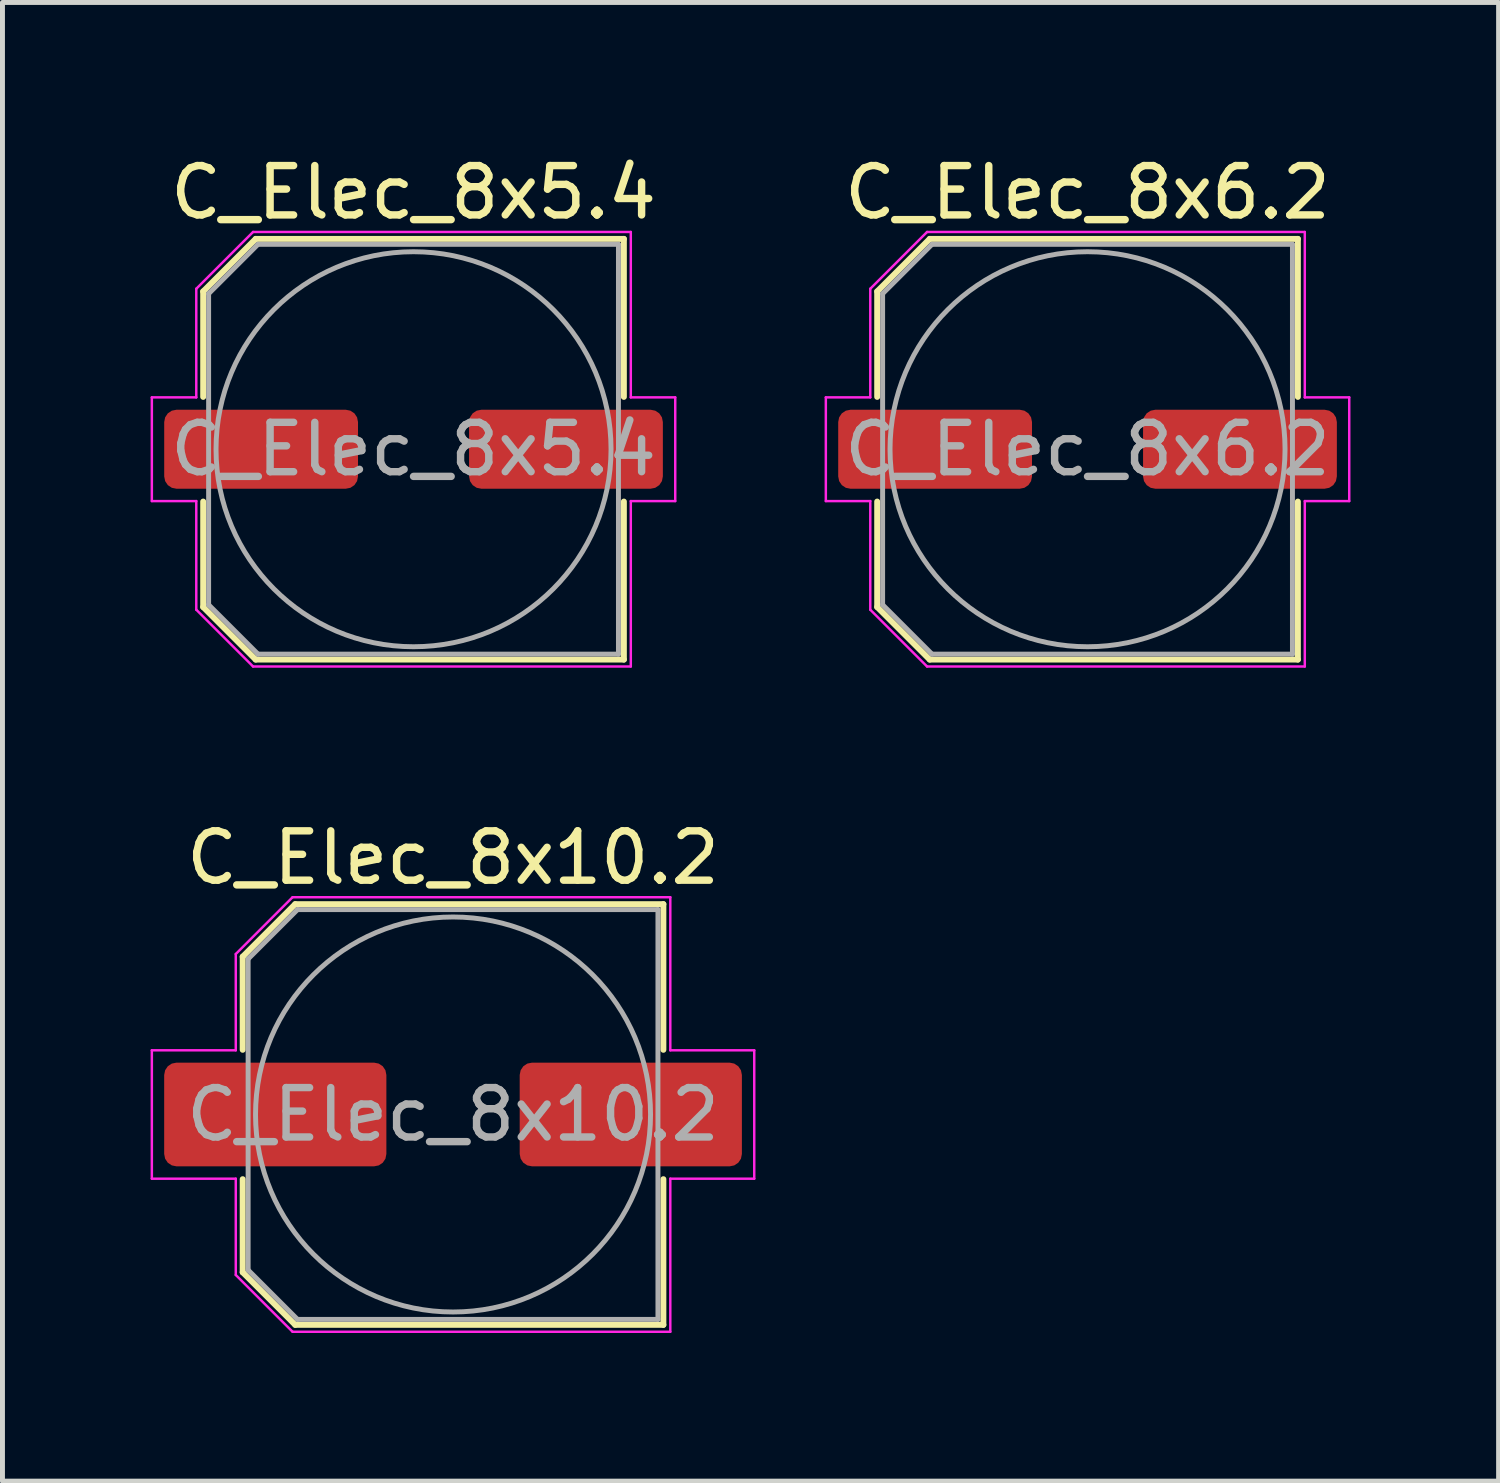
<source format=kicad_pcb>
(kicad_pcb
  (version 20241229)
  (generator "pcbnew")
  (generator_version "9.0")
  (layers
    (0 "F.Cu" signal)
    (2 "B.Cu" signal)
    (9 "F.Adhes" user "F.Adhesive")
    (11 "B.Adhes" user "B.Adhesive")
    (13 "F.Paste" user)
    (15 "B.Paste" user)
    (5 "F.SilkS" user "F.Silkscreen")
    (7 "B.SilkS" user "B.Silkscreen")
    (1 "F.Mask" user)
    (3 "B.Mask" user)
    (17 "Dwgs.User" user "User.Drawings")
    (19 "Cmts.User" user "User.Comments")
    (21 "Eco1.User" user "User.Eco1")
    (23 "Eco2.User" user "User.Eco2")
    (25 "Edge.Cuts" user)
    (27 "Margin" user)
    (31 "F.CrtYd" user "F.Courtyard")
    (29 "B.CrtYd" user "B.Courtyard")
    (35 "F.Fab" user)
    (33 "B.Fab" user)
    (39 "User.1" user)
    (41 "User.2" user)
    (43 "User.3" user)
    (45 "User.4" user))
  (footprint "C_Elec_8x5.4"
    (layer "F.Cu")
    (at 5.325 6.048)
    (property "Reference" "C_Elec_8x5.4" (at 0 -5.2 0) (layer "F.SilkS") (effects (font (size 1 1) (thickness 0.15))))
    (attr smd)
    (fp_line (start -4.26 -3.196) (end -4.26 -1.06) (stroke (width 0.12) (type solid)) (layer "F.SilkS"))
    (fp_line (start -4.26 -3.196) (end -3.196 -4.26) (stroke (width 0.12) (type solid)) (layer "F.SilkS"))
    (fp_line (start -4.26 3.196) (end -4.26 1.06) (stroke (width 0.12) (type solid)) (layer "F.SilkS"))
    (fp_line (start -4.26 3.196) (end -3.196 4.26) (stroke (width 0.12) (type solid)) (layer "F.SilkS"))
    (fp_line (start -3.196 -4.26) (end 4.26 -4.26) (stroke (width 0.12) (type solid)) (layer "F.SilkS"))
    (fp_line (start -3.196 4.26) (end 4.26 4.26) (stroke (width 0.12) (type solid)) (layer "F.SilkS"))
    (fp_line (start 4.26 -4.26) (end 4.26 -1.06) (stroke (width 0.12) (type solid)) (layer "F.SilkS"))
    (fp_line (start 4.26 4.26) (end 4.26 1.06) (stroke (width 0.12) (type solid)) (layer "F.SilkS"))
    (fp_line (start -5.3 -1.05) (end -5.3 1.05) (stroke (width 0.05) (type solid)) (layer "F.CrtYd"))
    (fp_line (start -5.3 1.05) (end -4.4 1.05) (stroke (width 0.05) (type solid)) (layer "F.CrtYd"))
    (fp_line (start -4.4 -3.25) (end -4.4 -1.05) (stroke (width 0.05) (type solid)) (layer "F.CrtYd"))
    (fp_line (start -4.4 -3.25) (end -3.25 -4.4) (stroke (width 0.05) (type solid)) (layer "F.CrtYd"))
    (fp_line (start -4.4 -1.05) (end -5.3 -1.05) (stroke (width 0.05) (type solid)) (layer "F.CrtYd"))
    (fp_line (start -4.4 1.05) (end -4.4 3.25) (stroke (width 0.05) (type solid)) (layer "F.CrtYd"))
    (fp_line (start -4.4 3.25) (end -3.25 4.4) (stroke (width 0.05) (type solid)) (layer "F.CrtYd"))
    (fp_line (start -3.25 -4.4) (end 4.4 -4.4) (stroke (width 0.05) (type solid)) (layer "F.CrtYd"))
    (fp_line (start -3.25 4.4) (end 4.4 4.4) (stroke (width 0.05) (type solid)) (layer "F.CrtYd"))
    (fp_line (start 4.4 -4.4) (end 4.4 -1.05) (stroke (width 0.05) (type solid)) (layer "F.CrtYd"))
    (fp_line (start 4.4 -1.05) (end 5.3 -1.05) (stroke (width 0.05) (type solid)) (layer "F.CrtYd"))
    (fp_line (start 4.4 1.05) (end 4.4 4.4) (stroke (width 0.05) (type solid)) (layer "F.CrtYd"))
    (fp_line (start 5.3 -1.05) (end 5.3 1.05) (stroke (width 0.05) (type solid)) (layer "F.CrtYd"))
    (fp_line (start 5.3 1.05) (end 4.4 1.05) (stroke (width 0.05) (type solid)) (layer "F.CrtYd"))
    (fp_line (start -4.15 -3.15) (end -4.15 3.15) (stroke (width 0.1) (type solid)) (layer "F.Fab"))
    (fp_line (start -4.15 -3.15) (end -3.15 -4.15) (stroke (width 0.1) (type solid)) (layer "F.Fab"))
    (fp_line (start -4.15 3.15) (end -3.15 4.15) (stroke (width 0.1) (type solid)) (layer "F.Fab"))
    (fp_line (start -3.15 -4.15) (end 4.15 -4.15) (stroke (width 0.1) (type solid)) (layer "F.Fab"))
    (fp_line (start -3.15 4.15) (end 4.15 4.15) (stroke (width 0.1) (type solid)) (layer "F.Fab"))
    (fp_line (start 4.15 -4.15) (end 4.15 4.15) (stroke (width 0.1) (type solid)) (layer "F.Fab"))
    (fp_circle (center 0 0) (end 4 0) (stroke (width 0.1) (type solid)) (fill no) (layer "F.Fab"))
    (fp_text user "${REFERENCE}" (at 0 0 0) (layer "F.Fab") (effects (font (size 1 1) (thickness 0.15))))
    (pad "1" smd roundrect (at -3.087 0) (size 3.925 1.6) (layers "F.Cu" "F.Mask" "F.Paste") (roundrect_rratio 0.156))
    (pad "2" smd roundrect (at 3.087 0) (size 3.925 1.6) (layers "F.Cu" "F.Mask" "F.Paste") (roundrect_rratio 0.156)))
  (footprint "C_Elec_8x6.2"
    (layer "F.Cu")
    (at 18.975 6.048)
    (property "Reference" "C_Elec_8x6.2" (at 0 -5.2 0) (layer "F.SilkS") (effects (font (size 1 1) (thickness 0.15))))
    (attr smd)
    (fp_line (start -4.26 -3.196) (end -4.26 -1.06) (stroke (width 0.12) (type solid)) (layer "F.SilkS"))
    (fp_line (start -4.26 -3.196) (end -3.196 -4.26) (stroke (width 0.12) (type solid)) (layer "F.SilkS"))
    (fp_line (start -4.26 3.196) (end -4.26 1.06) (stroke (width 0.12) (type solid)) (layer "F.SilkS"))
    (fp_line (start -4.26 3.196) (end -3.196 4.26) (stroke (width 0.12) (type solid)) (layer "F.SilkS"))
    (fp_line (start -3.196 -4.26) (end 4.26 -4.26) (stroke (width 0.12) (type solid)) (layer "F.SilkS"))
    (fp_line (start -3.196 4.26) (end 4.26 4.26) (stroke (width 0.12) (type solid)) (layer "F.SilkS"))
    (fp_line (start 4.26 -4.26) (end 4.26 -1.06) (stroke (width 0.12) (type solid)) (layer "F.SilkS"))
    (fp_line (start 4.26 4.26) (end 4.26 1.06) (stroke (width 0.12) (type solid)) (layer "F.SilkS"))
    (fp_line (start -5.3 -1.05) (end -5.3 1.05) (stroke (width 0.05) (type solid)) (layer "F.CrtYd"))
    (fp_line (start -5.3 1.05) (end -4.4 1.05) (stroke (width 0.05) (type solid)) (layer "F.CrtYd"))
    (fp_line (start -4.4 -3.25) (end -4.4 -1.05) (stroke (width 0.05) (type solid)) (layer "F.CrtYd"))
    (fp_line (start -4.4 -3.25) (end -3.25 -4.4) (stroke (width 0.05) (type solid)) (layer "F.CrtYd"))
    (fp_line (start -4.4 -1.05) (end -5.3 -1.05) (stroke (width 0.05) (type solid)) (layer "F.CrtYd"))
    (fp_line (start -4.4 1.05) (end -4.4 3.25) (stroke (width 0.05) (type solid)) (layer "F.CrtYd"))
    (fp_line (start -4.4 3.25) (end -3.25 4.4) (stroke (width 0.05) (type solid)) (layer "F.CrtYd"))
    (fp_line (start -3.25 -4.4) (end 4.4 -4.4) (stroke (width 0.05) (type solid)) (layer "F.CrtYd"))
    (fp_line (start -3.25 4.4) (end 4.4 4.4) (stroke (width 0.05) (type solid)) (layer "F.CrtYd"))
    (fp_line (start 4.4 -4.4) (end 4.4 -1.05) (stroke (width 0.05) (type solid)) (layer "F.CrtYd"))
    (fp_line (start 4.4 -1.05) (end 5.3 -1.05) (stroke (width 0.05) (type solid)) (layer "F.CrtYd"))
    (fp_line (start 4.4 1.05) (end 4.4 4.4) (stroke (width 0.05) (type solid)) (layer "F.CrtYd"))
    (fp_line (start 5.3 -1.05) (end 5.3 1.05) (stroke (width 0.05) (type solid)) (layer "F.CrtYd"))
    (fp_line (start 5.3 1.05) (end 4.4 1.05) (stroke (width 0.05) (type solid)) (layer "F.CrtYd"))
    (fp_line (start -4.15 -3.15) (end -4.15 3.15) (stroke (width 0.1) (type solid)) (layer "F.Fab"))
    (fp_line (start -4.15 -3.15) (end -3.15 -4.15) (stroke (width 0.1) (type solid)) (layer "F.Fab"))
    (fp_line (start -4.15 3.15) (end -3.15 4.15) (stroke (width 0.1) (type solid)) (layer "F.Fab"))
    (fp_line (start -3.15 -4.15) (end 4.15 -4.15) (stroke (width 0.1) (type solid)) (layer "F.Fab"))
    (fp_line (start -3.15 4.15) (end 4.15 4.15) (stroke (width 0.1) (type solid)) (layer "F.Fab"))
    (fp_line (start 4.15 -4.15) (end 4.15 4.15) (stroke (width 0.1) (type solid)) (layer "F.Fab"))
    (fp_circle (center 0 0) (end 4 0) (stroke (width 0.1) (type solid)) (fill no) (layer "F.Fab"))
    (fp_text user "${REFERENCE}" (at 0 0 0) (layer "F.Fab") (effects (font (size 1 1) (thickness 0.15))))
    (pad "1" smd roundrect (at -3.087 0) (size 3.925 1.6) (layers "F.Cu" "F.Mask" "F.Paste") (roundrect_rratio 0.156))
    (pad "2" smd roundrect (at 3.087 0) (size 3.925 1.6) (layers "F.Cu" "F.Mask" "F.Paste") (roundrect_rratio 0.156)))
  (footprint "C_Elec_8x10.2"
    (layer "F.Cu")
    (at 6.125 19.521)
    (property "Reference" "C_Elec_8x10.2" (at 0 -5.2 0) (layer "F.SilkS") (effects (font (size 1 1) (thickness 0.15))))
    (attr smd)
    (fp_line (start -4.26 -3.196) (end -4.26 -1.31) (stroke (width 0.12) (type solid)) (layer "F.SilkS"))
    (fp_line (start -4.26 -3.196) (end -3.196 -4.26) (stroke (width 0.12) (type solid)) (layer "F.SilkS"))
    (fp_line (start -4.26 3.196) (end -4.26 1.31) (stroke (width 0.12) (type solid)) (layer "F.SilkS"))
    (fp_line (start -4.26 3.196) (end -3.196 4.26) (stroke (width 0.12) (type solid)) (layer "F.SilkS"))
    (fp_line (start -3.196 -4.26) (end 4.26 -4.26) (stroke (width 0.12) (type solid)) (layer "F.SilkS"))
    (fp_line (start -3.196 4.26) (end 4.26 4.26) (stroke (width 0.12) (type solid)) (layer "F.SilkS"))
    (fp_line (start 4.26 -4.26) (end 4.26 -1.31) (stroke (width 0.12) (type solid)) (layer "F.SilkS"))
    (fp_line (start 4.26 4.26) (end 4.26 1.31) (stroke (width 0.12) (type solid)) (layer "F.SilkS"))
    (fp_line (start -6.1 -1.3) (end -6.1 1.3) (stroke (width 0.05) (type solid)) (layer "F.CrtYd"))
    (fp_line (start -6.1 1.3) (end -4.4 1.3) (stroke (width 0.05) (type solid)) (layer "F.CrtYd"))
    (fp_line (start -4.4 -3.25) (end -4.4 -1.3) (stroke (width 0.05) (type solid)) (layer "F.CrtYd"))
    (fp_line (start -4.4 -3.25) (end -3.25 -4.4) (stroke (width 0.05) (type solid)) (layer "F.CrtYd"))
    (fp_line (start -4.4 -1.3) (end -6.1 -1.3) (stroke (width 0.05) (type solid)) (layer "F.CrtYd"))
    (fp_line (start -4.4 1.3) (end -4.4 3.25) (stroke (width 0.05) (type solid)) (layer "F.CrtYd"))
    (fp_line (start -4.4 3.25) (end -3.25 4.4) (stroke (width 0.05) (type solid)) (layer "F.CrtYd"))
    (fp_line (start -3.25 -4.4) (end 4.4 -4.4) (stroke (width 0.05) (type solid)) (layer "F.CrtYd"))
    (fp_line (start -3.25 4.4) (end 4.4 4.4) (stroke (width 0.05) (type solid)) (layer "F.CrtYd"))
    (fp_line (start 4.4 -4.4) (end 4.4 -1.3) (stroke (width 0.05) (type solid)) (layer "F.CrtYd"))
    (fp_line (start 4.4 -1.3) (end 6.1 -1.3) (stroke (width 0.05) (type solid)) (layer "F.CrtYd"))
    (fp_line (start 4.4 1.3) (end 4.4 4.4) (stroke (width 0.05) (type solid)) (layer "F.CrtYd"))
    (fp_line (start 6.1 -1.3) (end 6.1 1.3) (stroke (width 0.05) (type solid)) (layer "F.CrtYd"))
    (fp_line (start 6.1 1.3) (end 4.4 1.3) (stroke (width 0.05) (type solid)) (layer "F.CrtYd"))
    (fp_line (start -4.15 -3.15) (end -4.15 3.15) (stroke (width 0.1) (type solid)) (layer "F.Fab"))
    (fp_line (start -4.15 -3.15) (end -3.15 -4.15) (stroke (width 0.1) (type solid)) (layer "F.Fab"))
    (fp_line (start -4.15 3.15) (end -3.15 4.15) (stroke (width 0.1) (type solid)) (layer "F.Fab"))
    (fp_line (start -3.15 -4.15) (end 4.15 -4.15) (stroke (width 0.1) (type solid)) (layer "F.Fab"))
    (fp_line (start -3.15 4.15) (end 4.15 4.15) (stroke (width 0.1) (type solid)) (layer "F.Fab"))
    (fp_line (start 4.15 -4.15) (end 4.15 4.15) (stroke (width 0.1) (type solid)) (layer "F.Fab"))
    (fp_circle (center 0 0) (end 4 0) (stroke (width 0.1) (type solid)) (fill no) (layer "F.Fab"))
    (fp_text user "${REFERENCE}" (at 0 0 0) (layer "F.Fab") (effects (font (size 1 1) (thickness 0.15))))
    (pad "1" smd roundrect (at -3.6 0) (size 4.5 2.1) (layers "F.Cu" "F.Mask" "F.Paste") (roundrect_rratio 0.119))
    (pad "2" smd roundrect (at 3.6 0) (size 4.5 2.1) (layers "F.Cu" "F.Mask" "F.Paste") (roundrect_rratio 0.119)))
  (gr_rect
    (start -3 -3)
    (end 27.3 26.947)
    (stroke (width 0.1) (type default))
    (fill no)
    (layer "Edge.Cuts")))
</source>
